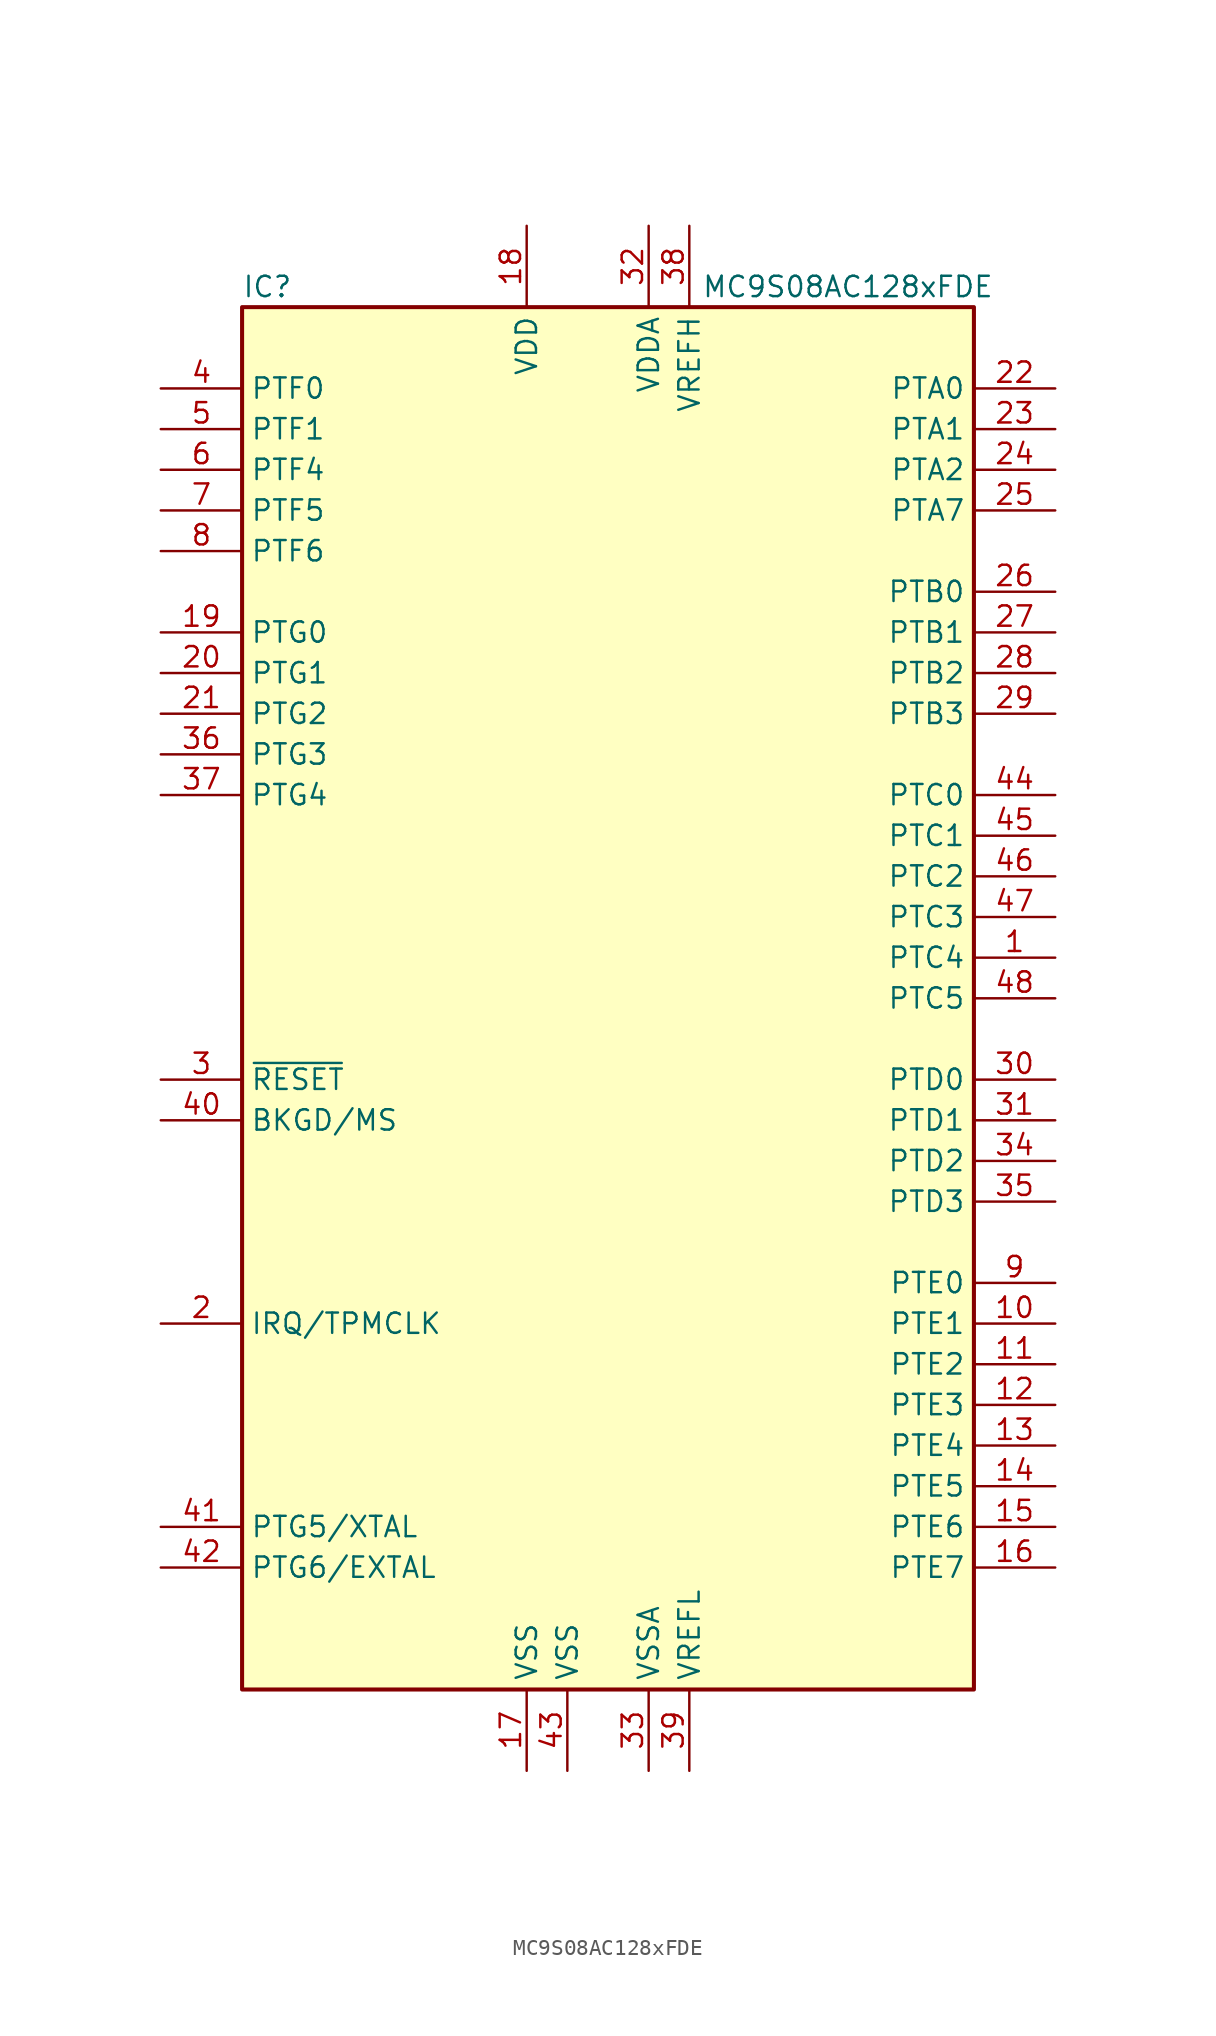
<source format=kicad_sym>
(kicad_symbol_lib
  (version 20231120)
  (generator "kicad_symbol_editor")
  (generator_version "8.0")
  (symbol "MC9S08AC128xFDE"
    (property "Reference" "IC"
      (at -22.86 44.45 0)
      (effects (font (size 1.27 1.27)) (justify left)))
    (property "Value" "MC9S08AC128xFDE"
      (at 24.13 44.45 0)
      (effects (font (size 1.27 1.27)) (justify right)))
    (symbol "MC9S08AC128xFDE_0_1"
      (rectangle (start -22.86 43.18) (end 22.86 -43.18) (stroke (width 0.254) (type default)) (fill (type background))))
    (symbol "MC9S08AC128xFDE_1_1"
      (pin bidirectional line (at 27.94 2.54 180) (length 5.08) (name "PTC4" (effects (font (size 1.27 1.27)))) (number "1" (effects (font (size 1.27 1.27)))))
      (pin bidirectional line (at 27.94 -20.32 180) (length 5.08) (name "PTE1" (effects (font (size 1.27 1.27)))) (number "10" (effects (font (size 1.27 1.27)))))
      (pin bidirectional line (at 27.94 -22.86 180) (length 5.08) (name "PTE2" (effects (font (size 1.27 1.27)))) (number "11" (effects (font (size 1.27 1.27)))))
      (pin bidirectional line (at 27.94 -25.4 180) (length 5.08) (name "PTE3" (effects (font (size 1.27 1.27)))) (number "12" (effects (font (size 1.27 1.27)))))
      (pin bidirectional line (at 27.94 -27.94 180) (length 5.08) (name "PTE4" (effects (font (size 1.27 1.27)))) (number "13" (effects (font (size 1.27 1.27)))))
      (pin bidirectional line (at 27.94 -30.48 180) (length 5.08) (name "PTE5" (effects (font (size 1.27 1.27)))) (number "14" (effects (font (size 1.27 1.27)))))
      (pin bidirectional line (at 27.94 -33.02 180) (length 5.08) (name "PTE6" (effects (font (size 1.27 1.27)))) (number "15" (effects (font (size 1.27 1.27)))))
      (pin bidirectional line (at 27.94 -35.56 180) (length 5.08) (name "PTE7" (effects (font (size 1.27 1.27)))) (number "16" (effects (font (size 1.27 1.27)))))
      (pin power_in line (at -5.08 -48.26 90) (length 5.08) (name "VSS" (effects (font (size 1.27 1.27)))) (number "17" (effects (font (size 1.27 1.27)))))
      (pin power_in line (at -5.08 48.26 270) (length 5.08) (name "VDD" (effects (font (size 1.27 1.27)))) (number "18" (effects (font (size 1.27 1.27)))))
      (pin bidirectional line (at -27.94 22.86 0) (length 5.08) (name "PTG0" (effects (font (size 1.27 1.27)))) (number "19" (effects (font (size 1.27 1.27)))))
      (pin input line (at -27.94 -20.32 0) (length 5.08) (name "IRQ/TPMCLK" (effects (font (size 1.27 1.27)))) (number "2" (effects (font (size 1.27 1.27)))))
      (pin bidirectional line (at -27.94 20.32 0) (length 5.08) (name "PTG1" (effects (font (size 1.27 1.27)))) (number "20" (effects (font (size 1.27 1.27)))))
      (pin bidirectional line (at -27.94 17.78 0) (length 5.08) (name "PTG2" (effects (font (size 1.27 1.27)))) (number "21" (effects (font (size 1.27 1.27)))))
      (pin bidirectional line (at 27.94 38.1 180) (length 5.08) (name "PTA0" (effects (font (size 1.27 1.27)))) (number "22" (effects (font (size 1.27 1.27)))))
      (pin bidirectional line (at 27.94 35.56 180) (length 5.08) (name "PTA1" (effects (font (size 1.27 1.27)))) (number "23" (effects (font (size 1.27 1.27)))))
      (pin bidirectional line (at 27.94 33.02 180) (length 5.08) (name "PTA2" (effects (font (size 1.27 1.27)))) (number "24" (effects (font (size 1.27 1.27)))))
      (pin bidirectional line (at 27.94 30.48 180) (length 5.08) (name "PTA7" (effects (font (size 1.27 1.27)))) (number "25" (effects (font (size 1.27 1.27)))))
      (pin bidirectional line (at 27.94 25.4 180) (length 5.08) (name "PTB0" (effects (font (size 1.27 1.27)))) (number "26" (effects (font (size 1.27 1.27)))))
      (pin bidirectional line (at 27.94 22.86 180) (length 5.08) (name "PTB1" (effects (font (size 1.27 1.27)))) (number "27" (effects (font (size 1.27 1.27)))))
      (pin bidirectional line (at 27.94 20.32 180) (length 5.08) (name "PTB2" (effects (font (size 1.27 1.27)))) (number "28" (effects (font (size 1.27 1.27)))))
      (pin bidirectional line (at 27.94 17.78 180) (length 5.08) (name "PTB3" (effects (font (size 1.27 1.27)))) (number "29" (effects (font (size 1.27 1.27)))))
      (pin input line (at -27.94 -5.08 0) (length 5.08) (name "~{RESET}" (effects (font (size 1.27 1.27)))) (number "3" (effects (font (size 1.27 1.27)))))
      (pin bidirectional line (at 27.94 -5.08 180) (length 5.08) (name "PTD0" (effects (font (size 1.27 1.27)))) (number "30" (effects (font (size 1.27 1.27)))))
      (pin bidirectional line (at 27.94 -7.62 180) (length 5.08) (name "PTD1" (effects (font (size 1.27 1.27)))) (number "31" (effects (font (size 1.27 1.27)))))
      (pin power_in line (at 2.54 48.26 270) (length 5.08) (name "VDDA" (effects (font (size 1.27 1.27)))) (number "32" (effects (font (size 1.27 1.27)))))
      (pin power_in line (at 2.54 -48.26 90) (length 5.08) (name "VSSA" (effects (font (size 1.27 1.27)))) (number "33" (effects (font (size 1.27 1.27)))))
      (pin bidirectional line (at 27.94 -10.16 180) (length 5.08) (name "PTD2" (effects (font (size 1.27 1.27)))) (number "34" (effects (font (size 1.27 1.27)))))
      (pin bidirectional line (at 27.94 -12.7 180) (length 5.08) (name "PTD3" (effects (font (size 1.27 1.27)))) (number "35" (effects (font (size 1.27 1.27)))))
      (pin bidirectional line (at -27.94 15.24 0) (length 5.08) (name "PTG3" (effects (font (size 1.27 1.27)))) (number "36" (effects (font (size 1.27 1.27)))))
      (pin bidirectional line (at -27.94 12.7 0) (length 5.08) (name "PTG4" (effects (font (size 1.27 1.27)))) (number "37" (effects (font (size 1.27 1.27)))))
      (pin power_in line (at 5.08 48.26 270) (length 5.08) (name "VREFH" (effects (font (size 1.27 1.27)))) (number "38" (effects (font (size 1.27 1.27)))))
      (pin power_in line (at 5.08 -48.26 90) (length 5.08) (name "VREFL" (effects (font (size 1.27 1.27)))) (number "39" (effects (font (size 1.27 1.27)))))
      (pin bidirectional line (at -27.94 38.1 0) (length 5.08) (name "PTF0" (effects (font (size 1.27 1.27)))) (number "4" (effects (font (size 1.27 1.27)))))
      (pin bidirectional line (at -27.94 -7.62 0) (length 5.08) (name "BKGD/MS" (effects (font (size 1.27 1.27)))) (number "40" (effects (font (size 1.27 1.27)))))
      (pin bidirectional line (at -27.94 -33.02 0) (length 5.08) (name "PTG5/XTAL" (effects (font (size 1.27 1.27)))) (number "41" (effects (font (size 1.27 1.27)))))
      (pin bidirectional line (at -27.94 -35.56 0) (length 5.08) (name "PTG6/EXTAL" (effects (font (size 1.27 1.27)))) (number "42" (effects (font (size 1.27 1.27)))))
      (pin power_in line (at -2.54 -48.26 90) (length 5.08) (name "VSS" (effects (font (size 1.27 1.27)))) (number "43" (effects (font (size 1.27 1.27)))))
      (pin bidirectional line (at 27.94 12.7 180) (length 5.08) (name "PTC0" (effects (font (size 1.27 1.27)))) (number "44" (effects (font (size 1.27 1.27)))))
      (pin bidirectional line (at 27.94 10.16 180) (length 5.08) (name "PTC1" (effects (font (size 1.27 1.27)))) (number "45" (effects (font (size 1.27 1.27)))))
      (pin bidirectional line (at 27.94 7.62 180) (length 5.08) (name "PTC2" (effects (font (size 1.27 1.27)))) (number "46" (effects (font (size 1.27 1.27)))))
      (pin bidirectional line (at 27.94 5.08 180) (length 5.08) (name "PTC3" (effects (font (size 1.27 1.27)))) (number "47" (effects (font (size 1.27 1.27)))))
      (pin bidirectional line (at 27.94 0 180) (length 5.08) (name "PTC5" (effects (font (size 1.27 1.27)))) (number "48" (effects (font (size 1.27 1.27)))))
      (pin bidirectional line (at -27.94 35.56 0) (length 5.08) (name "PTF1" (effects (font (size 1.27 1.27)))) (number "5" (effects (font (size 1.27 1.27)))))
      (pin bidirectional line (at -27.94 33.02 0) (length 5.08) (name "PTF4" (effects (font (size 1.27 1.27)))) (number "6" (effects (font (size 1.27 1.27)))))
      (pin bidirectional line (at -27.94 30.48 0) (length 5.08) (name "PTF5" (effects (font (size 1.27 1.27)))) (number "7" (effects (font (size 1.27 1.27)))))
      (pin bidirectional line (at -27.94 27.94 0) (length 5.08) (name "PTF6" (effects (font (size 1.27 1.27)))) (number "8" (effects (font (size 1.27 1.27)))))
      (pin bidirectional line (at 27.94 -17.78 180) (length 5.08) (name "PTE0" (effects (font (size 1.27 1.27)))) (number "9" (effects (font (size 1.27 1.27))))))))
</source>
